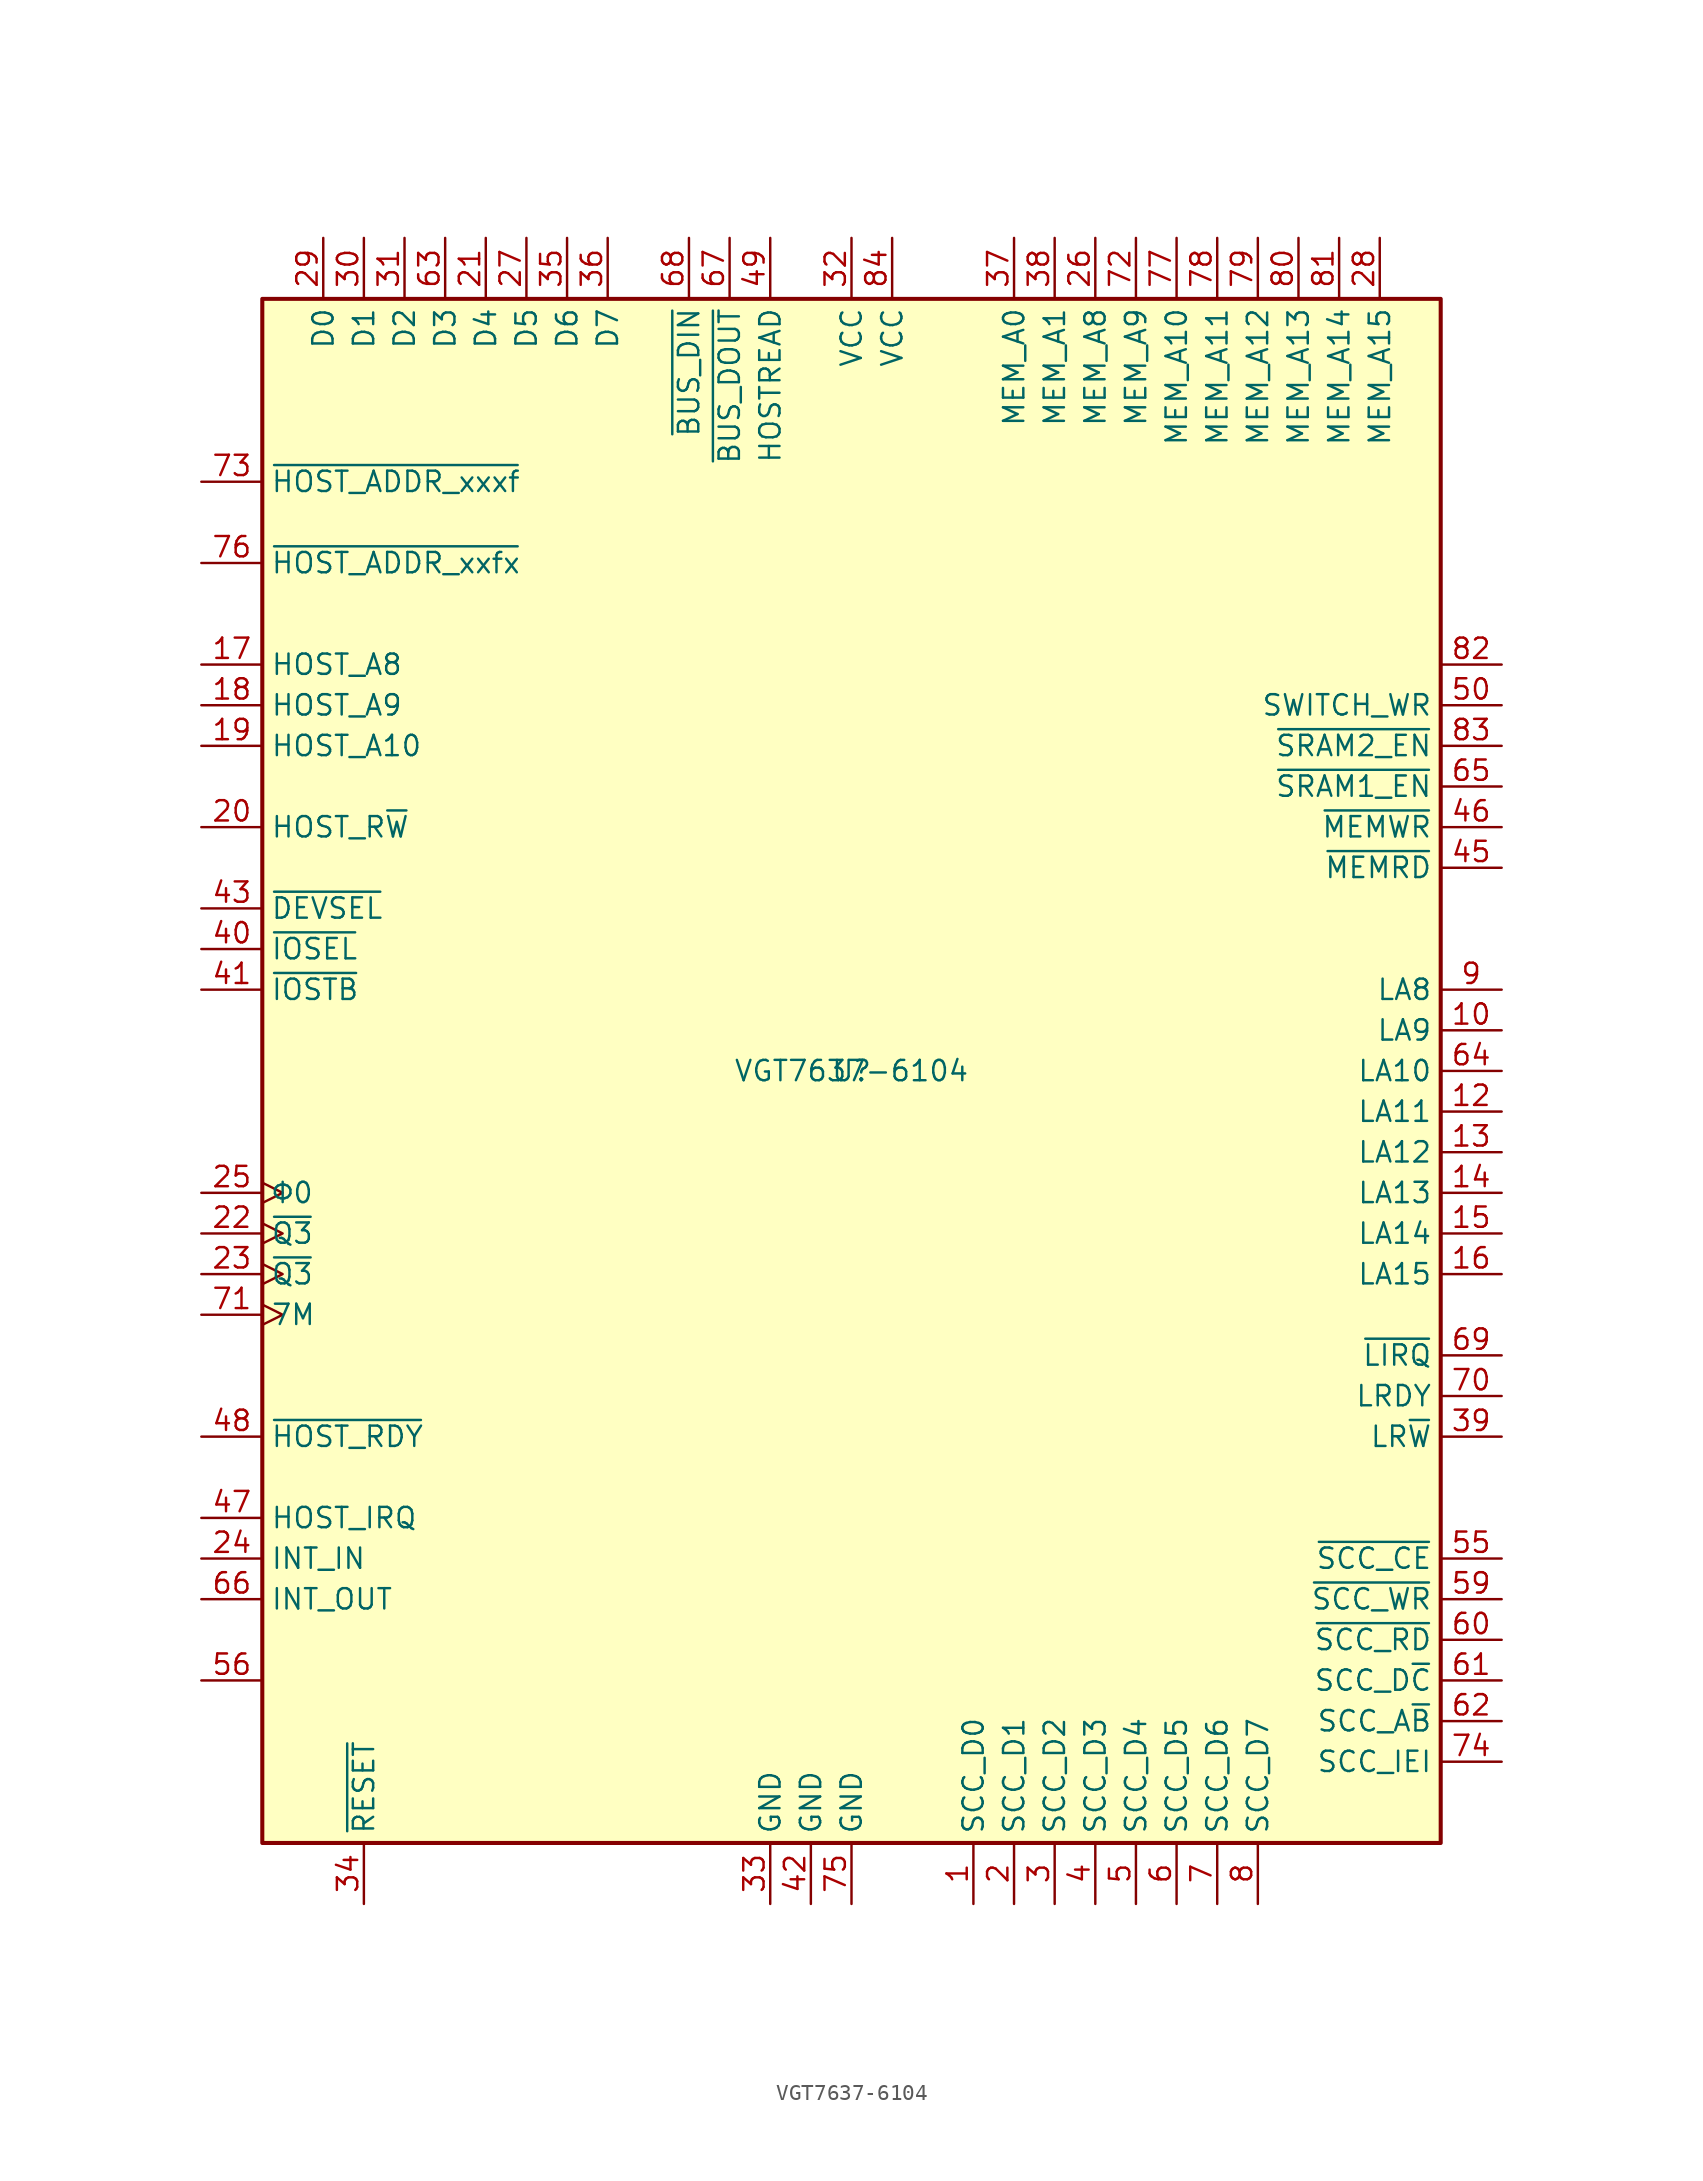
<source format=kicad_sym>
(kicad_symbol_lib
  (version 20241209)
  (generator "kicad_symbol_editor")
  (generator_version "9.0")
  (symbol "VGT7637-6104"
    (property "Reference" "U"
      (at 0 0 0)
      (effects (font (size 1.27 1.27))))
    (property "Value" "VGT7637-6104"
      (at 0 0 0)
      (effects (font (size 1.27 1.27))))
    (symbol "VGT7637-6104_1_1"
      (rectangle (start -36.83 48.26) (end 36.83 -48.26) (stroke (width 0.254) (type solid)) (fill (type background)))
      (pin input line (at -40.64 36.83 0) (length 3.81) (name "~{HOST_ADDR_xxxf}" (effects (font (size 1.27 1.27)))) (number "73" (effects (font (size 1.27 1.27)))))
      (pin input line (at -40.64 31.75 0) (length 3.81) (name "~{HOST_ADDR_xxfx}" (effects (font (size 1.27 1.27)))) (number "76" (effects (font (size 1.27 1.27)))))
      (pin input line (at -40.64 25.4 0) (length 3.81) (name "HOST_A8" (effects (font (size 1.27 1.27)))) (number "17" (effects (font (size 1.27 1.27)))))
      (pin input line (at -40.64 22.86 0) (length 3.81) (name "HOST_A9" (effects (font (size 1.27 1.27)))) (number "18" (effects (font (size 1.27 1.27)))))
      (pin input line (at -40.64 20.32 0) (length 3.81) (name "HOST_A10" (effects (font (size 1.27 1.27)))) (number "19" (effects (font (size 1.27 1.27)))))
      (pin input line (at -40.64 15.24 0) (length 3.81) (name "HOST_R~{W}" (effects (font (size 1.27 1.27)))) (number "20" (effects (font (size 1.27 1.27)))))
      (pin input line (at -40.64 10.16 0) (length 3.81) (name "~{DEVSEL}" (effects (font (size 1.27 1.27)))) (number "43" (effects (font (size 1.27 1.27)))))
      (pin input line (at -40.64 7.62 0) (length 3.81) (name "~{IOSEL}" (effects (font (size 1.27 1.27)))) (number "40" (effects (font (size 1.27 1.27)))))
      (pin input line (at -40.64 5.08 0) (length 3.81) (name "~{IOSTB}" (effects (font (size 1.27 1.27)))) (number "41" (effects (font (size 1.27 1.27)))))
      (pin input clock (at -40.64 -7.62 0) (length 3.81) (name "Φ0" (effects (font (size 1.27 1.27)))) (number "25" (effects (font (size 1.27 1.27)))))
      (pin input clock (at -40.64 -10.16 0) (length 3.81) (name "~{Q3}" (effects (font (size 1.27 1.27)))) (number "22" (effects (font (size 1.27 1.27)))))
      (pin input clock (at -40.64 -12.7 0) (length 3.81) (name "~{Q3}" (effects (font (size 1.27 1.27)))) (number "23" (effects (font (size 1.27 1.27)))))
      (pin input clock (at -40.64 -15.24 0) (length 3.81) (name "7M" (effects (font (size 1.27 1.27)))) (number "71" (effects (font (size 1.27 1.27)))))
      (pin open_collector line (at -40.64 -22.86 0) (length 3.81) (name "~{HOST_RDY}" (effects (font (size 1.27 1.27)))) (number "48" (effects (font (size 1.27 1.27)))))
      (pin open_collector line (at -40.64 -27.94 0) (length 3.81) (name "HOST_IRQ" (effects (font (size 1.27 1.27)))) (number "47" (effects (font (size 1.27 1.27)))))
      (pin input line (at -40.64 -30.48 0) (length 3.81) (name "INT_IN" (effects (font (size 1.27 1.27)))) (number "24" (effects (font (size 1.27 1.27)))))
      (pin output line (at -40.64 -33.02 0) (length 3.81) (name "INT_OUT" (effects (font (size 1.27 1.27)))) (number "66" (effects (font (size 1.27 1.27)))))
      (pin output line (at -40.64 -38.1 0) (length 3.81) (name "" (effects (font (size 1.27 1.27)))) (number "56" (effects (font (size 1.27 1.27)))))
      (pin bidirectional line (at -33.02 52.07 270) (length 3.81) (name "D0" (effects (font (size 1.27 1.27)))) (number "29" (effects (font (size 1.27 1.27)))))
      (pin bidirectional line (at -30.48 52.07 270) (length 3.81) (name "D1" (effects (font (size 1.27 1.27)))) (number "30" (effects (font (size 1.27 1.27)))))
      (pin input line (at -30.48 -52.07 90) (length 3.81) (name "~{RESET}" (effects (font (size 1.27 1.27)))) (number "34" (effects (font (size 1.27 1.27)))))
      (pin bidirectional line (at -27.94 52.07 270) (length 3.81) (name "D2" (effects (font (size 1.27 1.27)))) (number "31" (effects (font (size 1.27 1.27)))))
      (pin no_connect line (at -27.94 -48.26 90) (length 3.81) (hide yes) (name "NC" (effects (font (size 1.27 1.27)))) (number "11" (effects (font (size 1.27 1.27)))))
      (pin bidirectional line (at -25.4 52.07 270) (length 3.81) (name "D3" (effects (font (size 1.27 1.27)))) (number "63" (effects (font (size 1.27 1.27)))))
      (pin no_connect line (at -25.4 -48.26 90) (length 3.81) (hide yes) (name "NC" (effects (font (size 1.27 1.27)))) (number "44" (effects (font (size 1.27 1.27)))))
      (pin bidirectional line (at -22.86 52.07 270) (length 3.81) (name "D4" (effects (font (size 1.27 1.27)))) (number "21" (effects (font (size 1.27 1.27)))))
      (pin no_connect line (at -22.86 -48.26 90) (length 3.81) (hide yes) (name "NC" (effects (font (size 1.27 1.27)))) (number "51" (effects (font (size 1.27 1.27)))))
      (pin bidirectional line (at -20.32 52.07 270) (length 3.81) (name "D5" (effects (font (size 1.27 1.27)))) (number "27" (effects (font (size 1.27 1.27)))))
      (pin no_connect line (at -20.32 -48.26 90) (length 3.81) (hide yes) (name "NC" (effects (font (size 1.27 1.27)))) (number "52" (effects (font (size 1.27 1.27)))))
      (pin bidirectional line (at -17.78 52.07 270) (length 3.81) (name "D6" (effects (font (size 1.27 1.27)))) (number "35" (effects (font (size 1.27 1.27)))))
      (pin no_connect line (at -17.78 -48.26 90) (length 3.81) (hide yes) (name "NC" (effects (font (size 1.27 1.27)))) (number "53" (effects (font (size 1.27 1.27)))))
      (pin bidirectional line (at -15.24 52.07 270) (length 3.81) (name "D7" (effects (font (size 1.27 1.27)))) (number "36" (effects (font (size 1.27 1.27)))))
      (pin no_connect line (at -15.24 -48.26 90) (length 3.81) (hide yes) (name "NC" (effects (font (size 1.27 1.27)))) (number "54" (effects (font (size 1.27 1.27)))))
      (pin no_connect line (at -12.7 -48.26 90) (length 3.81) (hide yes) (name "NC" (effects (font (size 1.27 1.27)))) (number "57" (effects (font (size 1.27 1.27)))))
      (pin output line (at -10.16 52.07 270) (length 3.81) (name "~{BUS_DIN}" (effects (font (size 1.27 1.27)))) (number "68" (effects (font (size 1.27 1.27)))))
      (pin no_connect line (at -10.16 -48.26 90) (length 3.81) (hide yes) (name "NC" (effects (font (size 1.27 1.27)))) (number "58" (effects (font (size 1.27 1.27)))))
      (pin output line (at -7.62 52.07 270) (length 3.81) (name "~{BUS_DOUT}" (effects (font (size 1.27 1.27)))) (number "67" (effects (font (size 1.27 1.27)))))
      (pin output line (at -5.08 52.07 270) (length 3.81) (name "HOSTREAD" (effects (font (size 1.27 1.27)))) (number "49" (effects (font (size 1.27 1.27)))))
      (pin power_in line (at -5.08 -52.07 90) (length 3.81) (name "GND" (effects (font (size 1.27 1.27)))) (number "33" (effects (font (size 1.27 1.27)))))
      (pin power_in line (at -2.54 -52.07 90) (length 3.81) (name "GND" (effects (font (size 1.27 1.27)))) (number "42" (effects (font (size 1.27 1.27)))))
      (pin power_in line (at 0 52.07 270) (length 3.81) (name "VCC" (effects (font (size 1.27 1.27)))) (number "32" (effects (font (size 1.27 1.27)))))
      (pin power_in line (at 0 -52.07 90) (length 3.81) (name "GND" (effects (font (size 1.27 1.27)))) (number "75" (effects (font (size 1.27 1.27)))))
      (pin power_in line (at 2.54 52.07 270) (length 3.81) (name "VCC" (effects (font (size 1.27 1.27)))) (number "84" (effects (font (size 1.27 1.27)))))
      (pin bidirectional line (at 7.62 -52.07 90) (length 3.81) (name "SCC_D0" (effects (font (size 1.27 1.27)))) (number "1" (effects (font (size 1.27 1.27)))))
      (pin input line (at 10.16 52.07 270) (length 3.81) (name "MEM_A0" (effects (font (size 1.27 1.27)))) (number "37" (effects (font (size 1.27 1.27)))))
      (pin bidirectional line (at 10.16 -52.07 90) (length 3.81) (name "SCC_D1" (effects (font (size 1.27 1.27)))) (number "2" (effects (font (size 1.27 1.27)))))
      (pin input line (at 12.7 52.07 270) (length 3.81) (name "MEM_A1" (effects (font (size 1.27 1.27)))) (number "38" (effects (font (size 1.27 1.27)))))
      (pin bidirectional line (at 12.7 -52.07 90) (length 3.81) (name "SCC_D2" (effects (font (size 1.27 1.27)))) (number "3" (effects (font (size 1.27 1.27)))))
      (pin output line (at 15.24 52.07 270) (length 3.81) (name "MEM_A8" (effects (font (size 1.27 1.27)))) (number "26" (effects (font (size 1.27 1.27)))))
      (pin bidirectional line (at 15.24 -52.07 90) (length 3.81) (name "SCC_D3" (effects (font (size 1.27 1.27)))) (number "4" (effects (font (size 1.27 1.27)))))
      (pin output line (at 17.78 52.07 270) (length 3.81) (name "MEM_A9" (effects (font (size 1.27 1.27)))) (number "72" (effects (font (size 1.27 1.27)))))
      (pin bidirectional line (at 17.78 -52.07 90) (length 3.81) (name "SCC_D4" (effects (font (size 1.27 1.27)))) (number "5" (effects (font (size 1.27 1.27)))))
      (pin output line (at 20.32 52.07 270) (length 3.81) (name "MEM_A10" (effects (font (size 1.27 1.27)))) (number "77" (effects (font (size 1.27 1.27)))))
      (pin bidirectional line (at 20.32 -52.07 90) (length 3.81) (name "SCC_D5" (effects (font (size 1.27 1.27)))) (number "6" (effects (font (size 1.27 1.27)))))
      (pin output line (at 22.86 52.07 270) (length 3.81) (name "MEM_A11" (effects (font (size 1.27 1.27)))) (number "78" (effects (font (size 1.27 1.27)))))
      (pin bidirectional line (at 22.86 -52.07 90) (length 3.81) (name "SCC_D6" (effects (font (size 1.27 1.27)))) (number "7" (effects (font (size 1.27 1.27)))))
      (pin output line (at 25.4 52.07 270) (length 3.81) (name "MEM_A12" (effects (font (size 1.27 1.27)))) (number "79" (effects (font (size 1.27 1.27)))))
      (pin bidirectional line (at 25.4 -52.07 90) (length 3.81) (name "SCC_D7" (effects (font (size 1.27 1.27)))) (number "8" (effects (font (size 1.27 1.27)))))
      (pin output line (at 27.94 52.07 270) (length 3.81) (name "MEM_A13" (effects (font (size 1.27 1.27)))) (number "80" (effects (font (size 1.27 1.27)))))
      (pin output line (at 30.48 52.07 270) (length 3.81) (name "MEM_A14" (effects (font (size 1.27 1.27)))) (number "81" (effects (font (size 1.27 1.27)))))
      (pin output line (at 33.02 52.07 270) (length 3.81) (name "MEM_A15" (effects (font (size 1.27 1.27)))) (number "28" (effects (font (size 1.27 1.27)))))
      (pin output line (at 40.64 25.4 180) (length 3.81) (name "" (effects (font (size 1.27 1.27)))) (number "82" (effects (font (size 1.27 1.27)))))
      (pin output line (at 40.64 22.86 180) (length 3.81) (name "SWITCH_WR" (effects (font (size 1.27 1.27)))) (number "50" (effects (font (size 1.27 1.27)))))
      (pin output line (at 40.64 20.32 180) (length 3.81) (name "~{SRAM2_EN}" (effects (font (size 1.27 1.27)))) (number "83" (effects (font (size 1.27 1.27)))))
      (pin output line (at 40.64 17.78 180) (length 3.81) (name "~{SRAM1_EN}" (effects (font (size 1.27 1.27)))) (number "65" (effects (font (size 1.27 1.27)))))
      (pin output line (at 40.64 15.24 180) (length 3.81) (name "~{MEMWR}" (effects (font (size 1.27 1.27)))) (number "46" (effects (font (size 1.27 1.27)))))
      (pin output line (at 40.64 12.7 180) (length 3.81) (name "~{MEMRD}" (effects (font (size 1.27 1.27)))) (number "45" (effects (font (size 1.27 1.27)))))
      (pin bidirectional line (at 40.64 5.08 180) (length 3.81) (name "LA8" (effects (font (size 1.27 1.27)))) (number "9" (effects (font (size 1.27 1.27)))))
      (pin bidirectional line (at 40.64 2.54 180) (length 3.81) (name "LA9" (effects (font (size 1.27 1.27)))) (number "10" (effects (font (size 1.27 1.27)))))
      (pin bidirectional line (at 40.64 0 180) (length 3.81) (name "LA10" (effects (font (size 1.27 1.27)))) (number "64" (effects (font (size 1.27 1.27)))))
      (pin bidirectional line (at 40.64 -2.54 180) (length 3.81) (name "LA11" (effects (font (size 1.27 1.27)))) (number "12" (effects (font (size 1.27 1.27)))))
      (pin bidirectional line (at 40.64 -5.08 180) (length 3.81) (name "LA12" (effects (font (size 1.27 1.27)))) (number "13" (effects (font (size 1.27 1.27)))))
      (pin bidirectional line (at 40.64 -7.62 180) (length 3.81) (name "LA13" (effects (font (size 1.27 1.27)))) (number "14" (effects (font (size 1.27 1.27)))))
      (pin bidirectional line (at 40.64 -10.16 180) (length 3.81) (name "LA14" (effects (font (size 1.27 1.27)))) (number "15" (effects (font (size 1.27 1.27)))))
      (pin bidirectional line (at 40.64 -12.7 180) (length 3.81) (name "LA15" (effects (font (size 1.27 1.27)))) (number "16" (effects (font (size 1.27 1.27)))))
      (pin open_collector line (at 40.64 -17.78 180) (length 3.81) (name "~{LIRQ}" (effects (font (size 1.27 1.27)))) (number "69" (effects (font (size 1.27 1.27)))))
      (pin open_collector line (at 40.64 -20.32 180) (length 3.81) (name "LRDY" (effects (font (size 1.27 1.27)))) (number "70" (effects (font (size 1.27 1.27)))))
      (pin input line (at 40.64 -22.86 180) (length 3.81) (name "LR~{W}" (effects (font (size 1.27 1.27)))) (number "39" (effects (font (size 1.27 1.27)))))
      (pin output line (at 40.64 -30.48 180) (length 3.81) (name "~{SCC_CE}" (effects (font (size 1.27 1.27)))) (number "55" (effects (font (size 1.27 1.27)))))
      (pin output line (at 40.64 -33.02 180) (length 3.81) (name "~{SCC_WR}" (effects (font (size 1.27 1.27)))) (number "59" (effects (font (size 1.27 1.27)))))
      (pin output line (at 40.64 -35.56 180) (length 3.81) (name "~{SCC_RD}" (effects (font (size 1.27 1.27)))) (number "60" (effects (font (size 1.27 1.27)))))
      (pin output line (at 40.64 -38.1 180) (length 3.81) (name "SCC_D~{C}" (effects (font (size 1.27 1.27)))) (number "61" (effects (font (size 1.27 1.27)))))
      (pin output line (at 40.64 -40.64 180) (length 3.81) (name "SCC_A~{B}" (effects (font (size 1.27 1.27)))) (number "62" (effects (font (size 1.27 1.27)))))
      (pin output line (at 40.64 -43.18 180) (length 3.81) (name "SCC_IEI" (effects (font (size 1.27 1.27)))) (number "74" (effects (font (size 1.27 1.27))))))))
</source>
